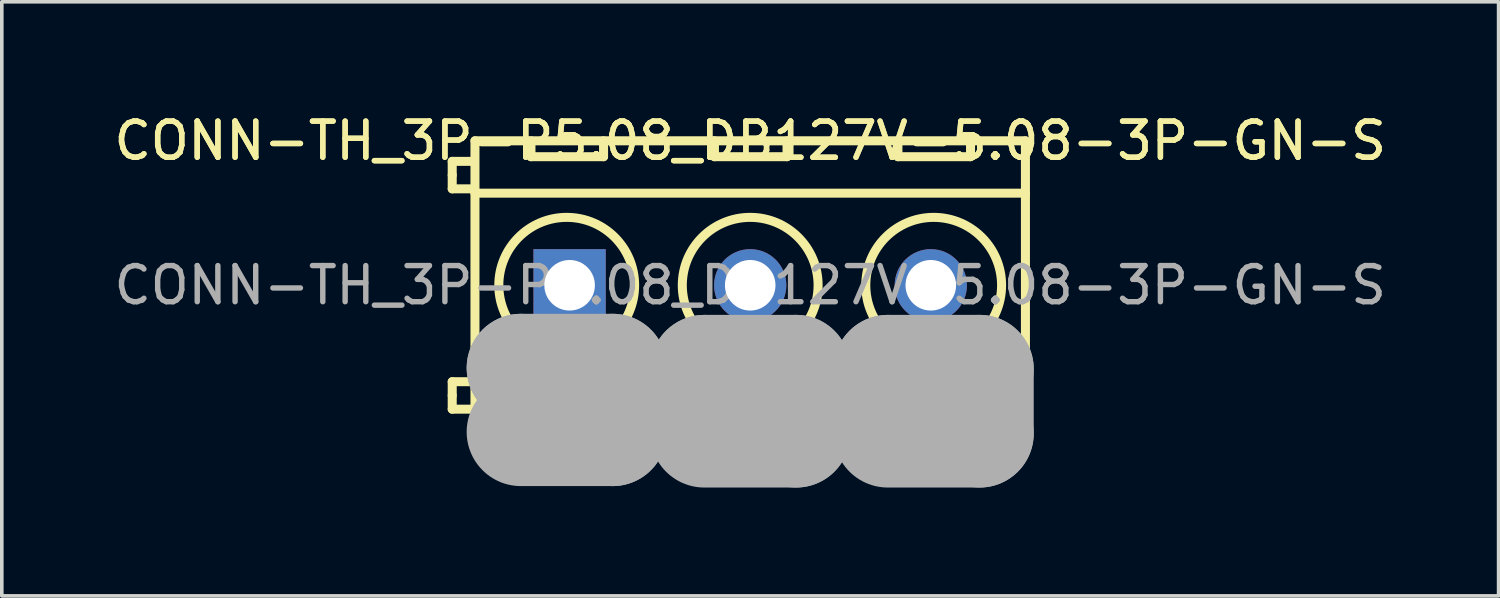
<source format=kicad_pcb>
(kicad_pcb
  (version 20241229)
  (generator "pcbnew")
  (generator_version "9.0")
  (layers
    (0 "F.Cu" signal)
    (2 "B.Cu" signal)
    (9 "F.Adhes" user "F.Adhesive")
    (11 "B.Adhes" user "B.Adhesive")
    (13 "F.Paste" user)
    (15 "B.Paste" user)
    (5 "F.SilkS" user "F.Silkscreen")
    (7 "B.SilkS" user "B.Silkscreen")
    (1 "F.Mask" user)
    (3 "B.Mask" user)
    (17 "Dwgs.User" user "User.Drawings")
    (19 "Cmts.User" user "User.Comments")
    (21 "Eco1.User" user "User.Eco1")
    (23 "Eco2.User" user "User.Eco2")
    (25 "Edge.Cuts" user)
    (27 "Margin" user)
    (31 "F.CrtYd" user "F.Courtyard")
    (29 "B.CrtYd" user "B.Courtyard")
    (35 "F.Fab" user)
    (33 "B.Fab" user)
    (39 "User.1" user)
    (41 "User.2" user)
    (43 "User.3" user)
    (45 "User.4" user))
  (footprint "CONN-TH_3P-P5.08_DB127V-5.08-3P-GN-S"
    (layer "F.Cu")
    (at 17.72 4.848)
    (property "Reference" "CONN-TH_3P-P5.08_DB127V-5.08-3P-GN-S" (at 0 -4 0) (layer "F.SilkS") (effects (font (size 1 1) (thickness 0.15))))
    (attr through_hole)
    (fp_line (start -8.25 -3.43) (end -7.65 -3.43) (stroke (width 0.25) (type solid)) (layer "F.SilkS"))
    (fp_line (start -8.25 -3.05) (end -8.25 -3.43) (stroke (width 0.25) (type solid)) (layer "F.SilkS"))
    (fp_line (start -8.25 -3.05) (end -8.25 -2.67) (stroke (width 0.25) (type solid)) (layer "F.SilkS"))
    (fp_line (start -8.25 -2.67) (end -7.65 -2.67) (stroke (width 0.25) (type solid)) (layer "F.SilkS"))
    (fp_line (start -8.25 2.67) (end -7.65 2.67) (stroke (width 0.25) (type solid)) (layer "F.SilkS"))
    (fp_line (start -8.25 3.05) (end -8.25 2.67) (stroke (width 0.25) (type solid)) (layer "F.SilkS"))
    (fp_line (start -8.25 3.05) (end -8.25 3.43) (stroke (width 0.25) (type solid)) (layer "F.SilkS"))
    (fp_line (start -8.25 3.43) (end -7.65 3.43) (stroke (width 0.25) (type solid)) (layer "F.SilkS"))
    (fp_line (start -7.62 -4) (end -7.62 4.1) (stroke (width 0.25) (type solid)) (layer "F.SilkS"))
    (fp_line (start -7.62 -4) (end 7.62 -4) (stroke (width 0.25) (type solid)) (layer "F.SilkS"))
    (fp_line (start -7.62 -2.55) (end 7.62 -2.55) (stroke (width 0.25) (type solid)) (layer "F.SilkS"))
    (fp_line (start -7.62 4.1) (end 7.62 4.1) (stroke (width 0.25) (type solid)) (layer "F.SilkS"))
    (fp_line (start -6.07 -4) (end -6.07 -3.56) (stroke (width 0.25) (type solid)) (layer "F.SilkS"))
    (fp_line (start -6.07 -3.56) (end -4.06 -3.56) (stroke (width 0.25) (type solid)) (layer "F.SilkS"))
    (fp_line (start -4.06 -3.56) (end -4.06 -4) (stroke (width 0.25) (type solid)) (layer "F.SilkS"))
    (fp_line (start -0.99 -4) (end -0.99 -3.56) (stroke (width 0.25) (type solid)) (layer "F.SilkS"))
    (fp_line (start -0.99 -3.56) (end 1.02 -3.56) (stroke (width 0.25) (type solid)) (layer "F.SilkS"))
    (fp_line (start 1.02 -3.56) (end 1.02 -4) (stroke (width 0.25) (type solid)) (layer "F.SilkS"))
    (fp_line (start 4.09 -4) (end 4.09 -3.56) (stroke (width 0.25) (type solid)) (layer "F.SilkS"))
    (fp_line (start 4.09 -3.56) (end 6.1 -3.56) (stroke (width 0.25) (type solid)) (layer "F.SilkS"))
    (fp_line (start 6.1 -3.56) (end 6.1 -4) (stroke (width 0.25) (type solid)) (layer "F.SilkS"))
    (fp_line (start 7.62 -4) (end 7.62 4.1) (stroke (width 0.25) (type solid)) (layer "F.SilkS"))
    (fp_circle (center -5.08 0) (end -3.2 0) (stroke (width 0.25) (type solid)) (fill no) (layer "F.SilkS"))
    (fp_circle (center 0 0) (end 1.88 0) (stroke (width 0.25) (type solid)) (fill no) (layer "F.SilkS"))
    (fp_circle (center 5.08 0) (end 6.96 0) (stroke (width 0.25) (type solid)) (fill no) (layer "F.SilkS"))
    (fp_line (start -6.35 2.29) (end -6.35 2.29) (stroke (width 3) (type solid)) (layer "F.Fab"))
    (fp_line (start -6.35 2.29) (end -3.81 2.29) (stroke (width 3) (type solid)) (layer "F.Fab"))
    (fp_line (start -3.81 2.29) (end -3.81 4.06) (stroke (width 3) (type solid)) (layer "F.Fab"))
    (fp_line (start -3.81 4.06) (end -6.35 4.06) (stroke (width 3) (type solid)) (layer "F.Fab"))
    (fp_line (start -1.27 2.32) (end -1.27 2.32) (stroke (width 3) (type solid)) (layer "F.Fab"))
    (fp_line (start -1.27 2.32) (end 1.27 2.32) (stroke (width 3) (type solid)) (layer "F.Fab"))
    (fp_line (start 1.27 2.32) (end 1.27 4.1) (stroke (width 3) (type solid)) (layer "F.Fab"))
    (fp_line (start 1.27 4.1) (end -1.27 4.1) (stroke (width 3) (type solid)) (layer "F.Fab"))
    (fp_line (start 3.81 2.32) (end 3.81 2.32) (stroke (width 3) (type solid)) (layer "F.Fab"))
    (fp_line (start 3.81 2.32) (end 6.35 2.32) (stroke (width 3) (type solid)) (layer "F.Fab"))
    (fp_line (start 6.35 2.32) (end 6.35 4.1) (stroke (width 3) (type solid)) (layer "F.Fab"))
    (fp_line (start 6.35 4.1) (end 3.81 4.1) (stroke (width 3) (type solid)) (layer "F.Fab"))
    (fp_circle (center -7.62 4.05) (end -7.59 4.05) (stroke (width 0.06) (type solid)) (fill no) (layer "F.Fab"))
    (fp_text user "${REFERENCE}" (at 0 -4 0) (layer "F.SilkS") (effects (font (size 1 1) (thickness 0.15))))
    (fp_text user "${REFERENCE}" (at 0 0 0) (layer "F.Fab") (effects (font (size 1 1) (thickness 0.15))))
    (pad "1" thru_hole rect (at -5 0) (size 2 2) (drill 1.4) (layers "*.Cu" "*.Mask"))
    (pad "2" thru_hole circle (at 0 0) (size 2 2) (drill 1.4) (layers "*.Cu" "*.Mask"))
    (pad "3" thru_hole circle (at 5 0) (size 2 2) (drill 1.4) (layers "*.Cu" "*.Mask")))
  (gr_rect
    (start -3 -3)
    (end 38.44 13.448)
    (stroke (width 0.1) (type default))
    (fill no)
    (layer "Edge.Cuts")))
</source>
